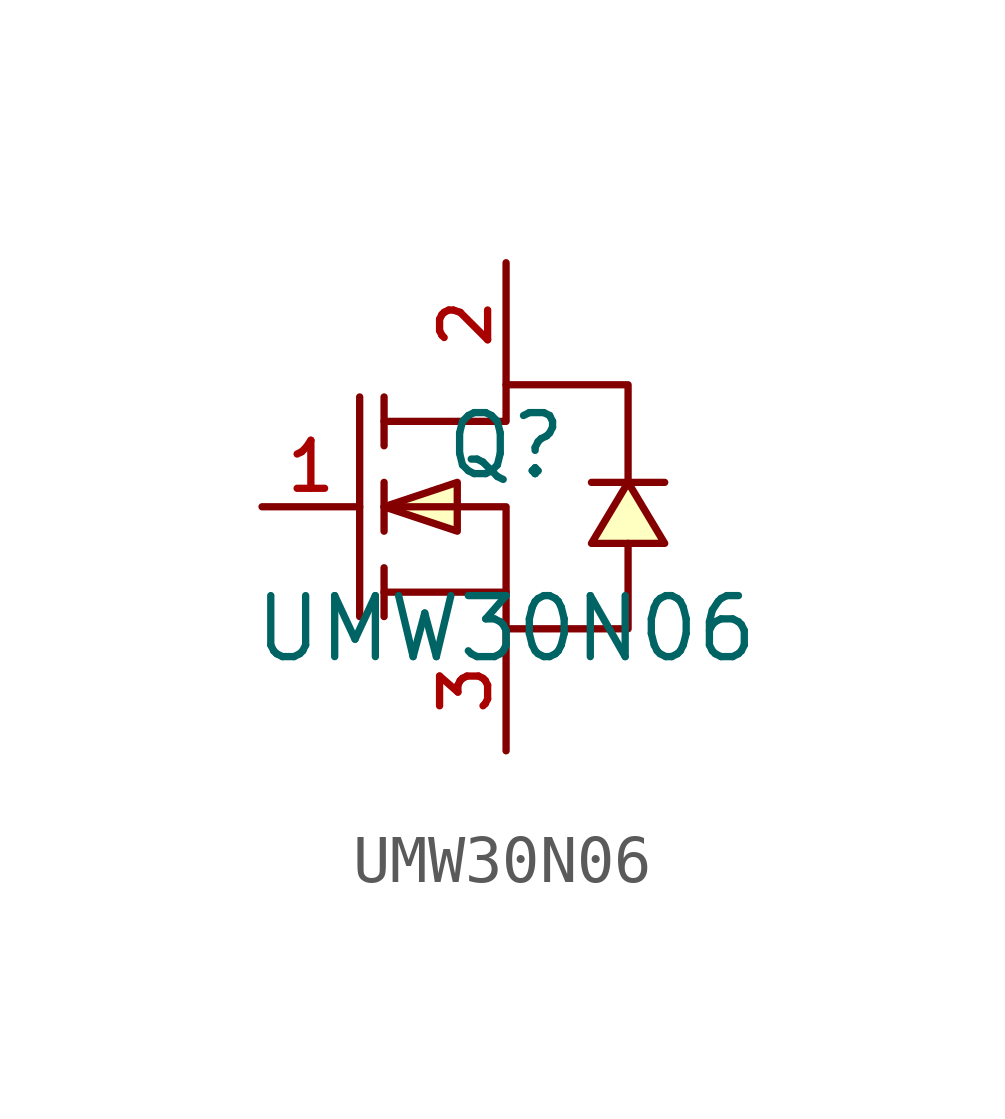
<source format=kicad_sym>
(kicad_symbol_lib
  (version 20210201)
  (generator TousstNicolas/JLC2KiCad_lib)
  (symbol "UMW30N06"
    (pin_names hide)
    (property "Reference" "Q"
      (at 0 1.27 0)
      (effects (font (size 1.27 1.27))))
    (property "Value" "UMW30N06"
      (at 0 -2.54 0)
      (effects (font (size 1.27 1.27))))
    (symbol "UMW30N06_0_1"
      (polyline (pts (xy -2.54 -0.0) (xy -1.016 -0.508) (xy -1.016 0.508) (xy -2.54 -0.0)) (stroke (width 0) (type default) (color 0 0 0 0)) (fill (type background)))
      (polyline (pts (xy 2.54 0.508) (xy 1.778 -0.762) (xy 3.302 -0.762) (xy 2.54 0.508)) (stroke (width 0) (type default) (color 0 0 0 0)) (fill (type background)))
      (polyline (pts (xy -2.54 1.778) (xy 0.0 1.778) (xy 0.0 2.54) (xy 2.54 2.54) (xy 2.54 0.508)) (stroke (width 0) (type default) (color 0 0 0 0)) (fill (type none)))
      (polyline (pts (xy -2.54 -0.0) (xy 0.0 -0.0) (xy 0.0 -2.54) (xy 2.54 -2.54) (xy 2.54 -0.762)) (stroke (width 0) (type default) (color 0 0 0 0)) (fill (type none)))
      (polyline (pts (xy 0.0 -1.778) (xy -2.54 -1.778)) (stroke (width 0) (type default) (color 0 0 0 0)) (fill (type none)))
      (polyline (pts (xy -3.048 2.286) (xy -3.048 -2.286)) (stroke (width 0) (type default) (color 0 0 0 0)) (fill (type none)))
      (polyline (pts (xy -2.54 2.286) (xy -2.54 1.27)) (stroke (width 0) (type default) (color 0 0 0 0)) (fill (type none)))
      (polyline (pts (xy -2.54 -0.508) (xy -2.54 0.508)) (stroke (width 0) (type default) (color 0 0 0 0)) (fill (type none)))
      (polyline (pts (xy -2.54 -2.286) (xy -2.54 -1.27)) (stroke (width 0) (type default) (color 0 0 0 0)) (fill (type none)))
      (polyline (pts (xy 3.302 0.508) (xy 3.048 0.508) (xy 2.032 0.508) (xy 1.778 0.508)) (stroke (width 0) (type default) (color 0 0 0 0)) (fill (type none)))
      (pin unspecified line (at 0.0 5.08 270) (length 2.54) (name "D" (effects (font (size 1 1)))) (number "2" (effects (font (size 1 1)))))
      (pin unspecified line (at -5.08 -0.0 0) (length 2.032) (name "G" (effects (font (size 1 1)))) (number "1" (effects (font (size 1 1)))))
      (pin unspecified line (at 0.0 -5.08 90) (length 2.54) (name "S" (effects (font (size 1 1)))) (number "3" (effects (font (size 1 1))))))))
</source>
